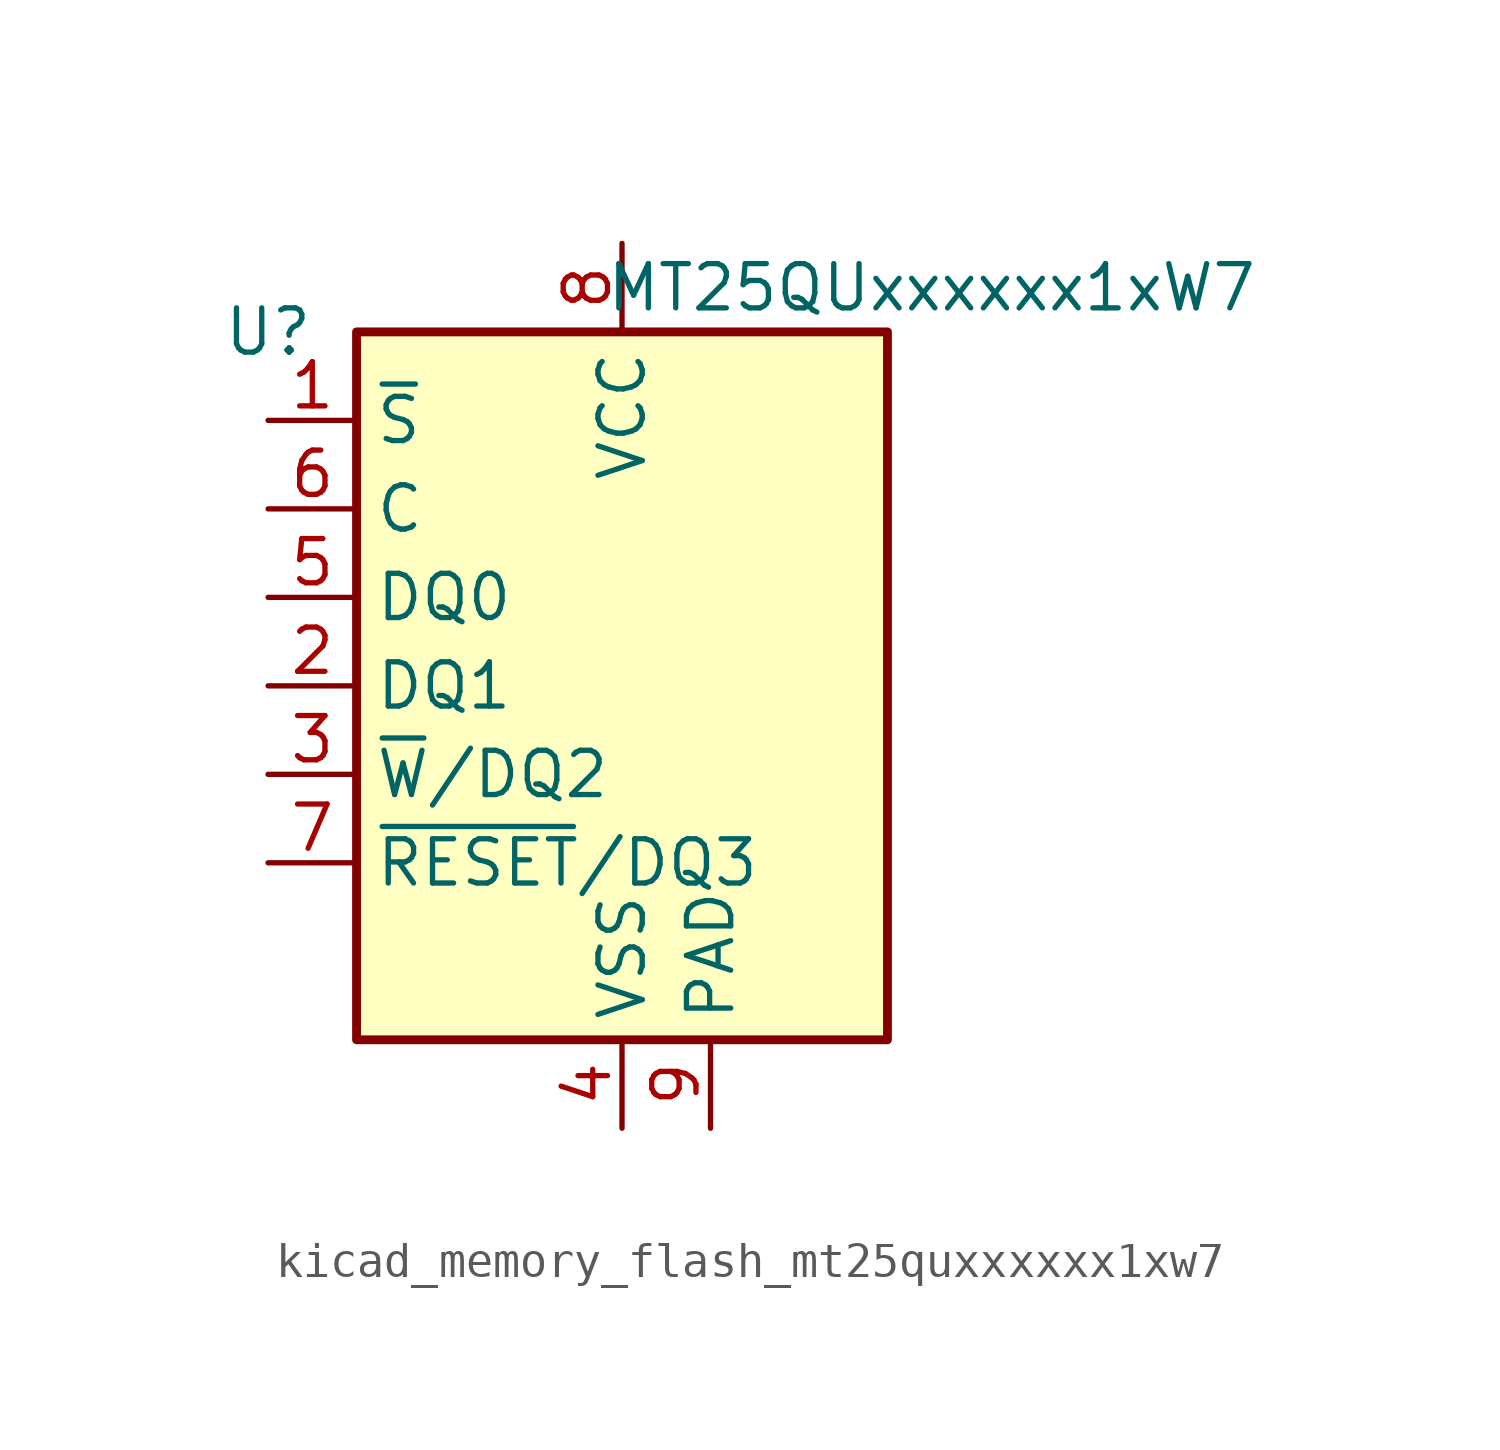
<source format=kicad_sym>
(kicad_symbol_lib
  (version 20220914)
  (generator kicad_symbol_editor)
  (symbol "kicad_memory_flash_mt25quxxxxxx1xw7"
    (property "Reference" "U"
      (at -10.16 10.16 0)
      (effects (font (size 1.27 1.27))))
    (property "Value" "MT25QUxxxxxx1xW7"
      (at 8.89 11.43 0)
      (effects (font (size 1.27 1.27))))
    (symbol "kicad_memory_flash_mt25quxxxxxx1xw7_0_1"
      (rectangle (start -7.62 10.16) (end 7.62 -10.16) (stroke (width 0.254) (type default)) (fill (type background))))
    (symbol "kicad_memory_flash_mt25quxxxxxx1xw7_1_1"
      (pin input line (at -10.16 7.62 0) (length 2.54) (name "~{S}" (effects (font (size 1.27 1.27)))) (number "1" (effects (font (size 1.27 1.27)))))
      (pin bidirectional line (at -10.16 0 0) (length 2.54) (name "DQ1" (effects (font (size 1.27 1.27)))) (number "2" (effects (font (size 1.27 1.27)))))
      (pin input line (at -10.16 -2.54 0) (length 2.54) (name "~{W}/DQ2" (effects (font (size 1.27 1.27)))) (number "3" (effects (font (size 1.27 1.27)))))
      (pin power_in line (at 0 -12.7 90) (length 2.54) (name "VSS" (effects (font (size 1.27 1.27)))) (number "4" (effects (font (size 1.27 1.27)))))
      (pin bidirectional line (at -10.16 2.54 0) (length 2.54) (name "DQ0" (effects (font (size 1.27 1.27)))) (number "5" (effects (font (size 1.27 1.27)))))
      (pin input line (at -10.16 5.08 0) (length 2.54) (name "C" (effects (font (size 1.27 1.27)))) (number "6" (effects (font (size 1.27 1.27)))))
      (pin input line (at -10.16 -5.08 0) (length 2.54) (name "~{RESET}/DQ3" (effects (font (size 1.27 1.27)))) (number "7" (effects (font (size 1.27 1.27)))))
      (pin power_in line (at 0 12.7 270) (length 2.54) (name "VCC" (effects (font (size 1.27 1.27)))) (number "8" (effects (font (size 1.27 1.27)))))
      (pin power_in line (at 2.54 -12.7 90) (length 2.54) (name "PAD" (effects (font (size 1.27 1.27)))) (number "9" (effects (font (size 1.27 1.27))))))))
</source>
